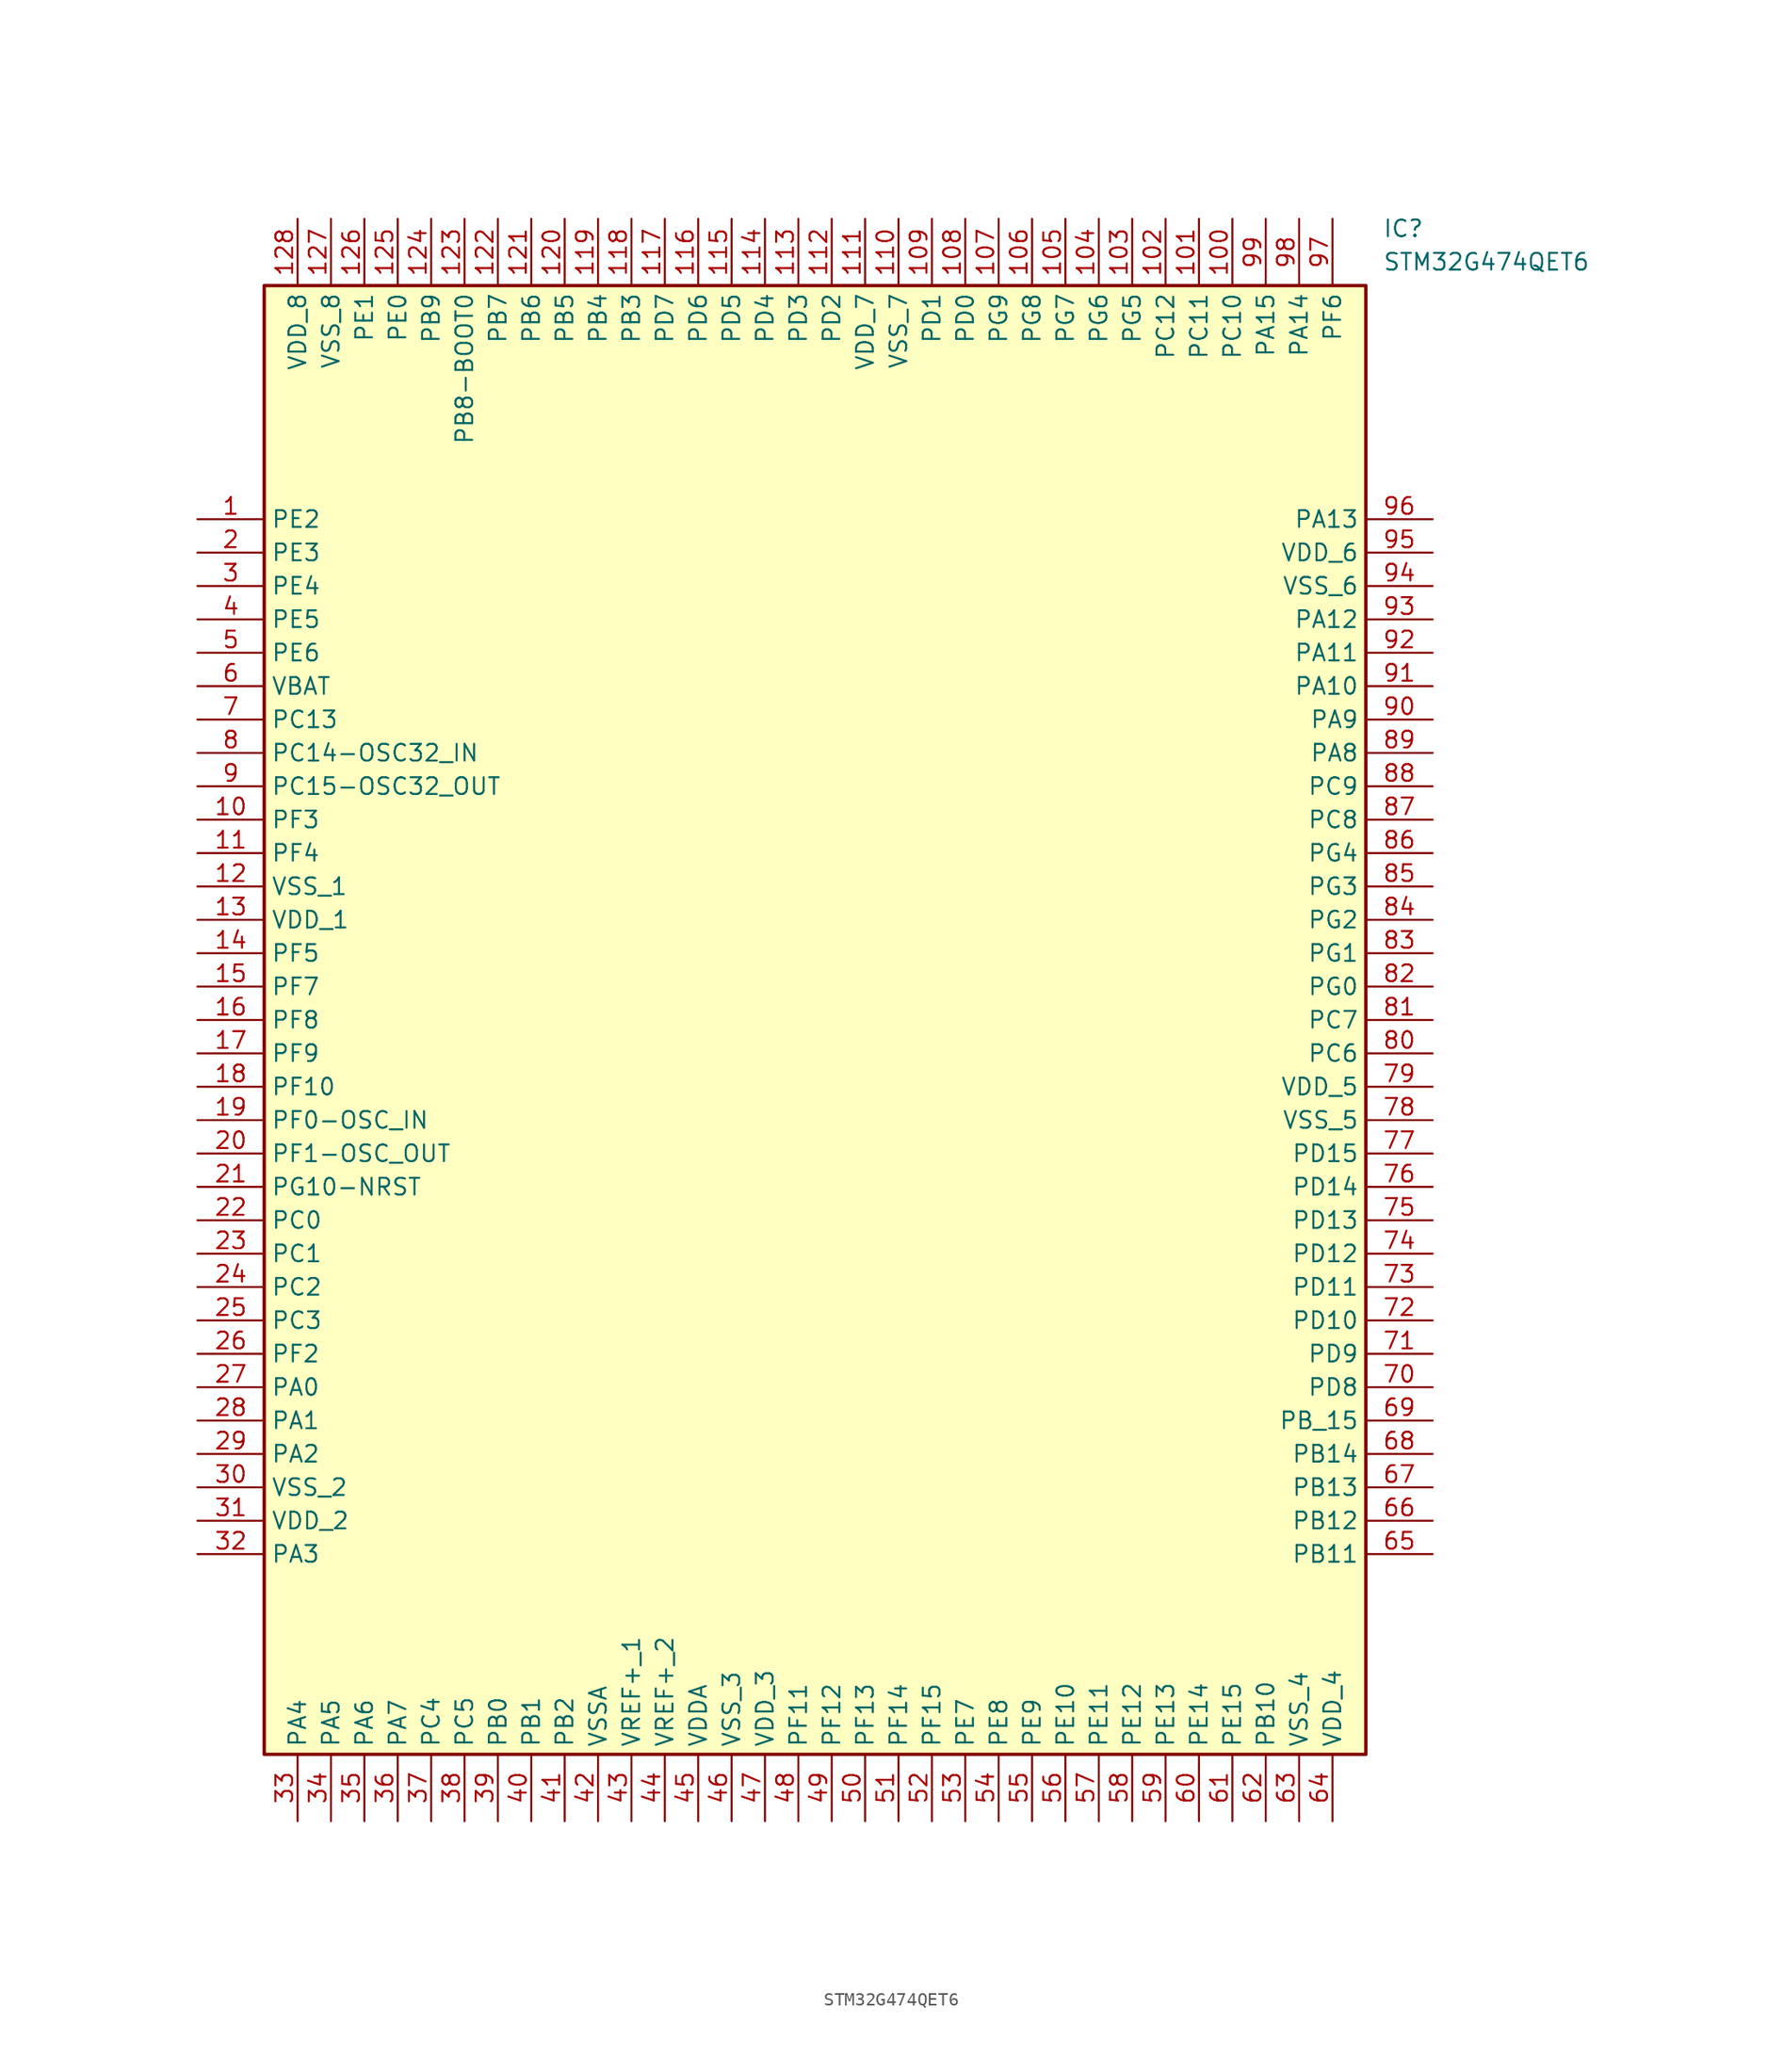
<source format=kicad_sym>
(kicad_symbol_lib
  (version 20211014)
  (generator SamacSys_ECAD_Model)
  (symbol "STM32G474QET6"
    (property "Reference" "IC"
      (at 90.17 22.86 0)
      (effects (font (size 1.27 1.27)) (justify left top)))
    (property "Value" "STM32G474QET6"
      (at 90.17 20.32 0)
      (effects (font (size 1.27 1.27)) (justify left top)))
    (rectangle
      (start 5.08 17.78)
      (end 88.9 -93.98)
      (stroke (width 0.254) (type default))
      (fill (type background)))
    (pin passive line
      (at 0 0 0)
      (length 5.08)
      (name "PE2" (effects (font (size 1.27 1.27))))
      (number "1" (effects (font (size 1.27 1.27)))))
    (pin passive line
      (at 0 -2.54 0)
      (length 5.08)
      (name "PE3" (effects (font (size 1.27 1.27))))
      (number "2" (effects (font (size 1.27 1.27)))))
    (pin passive line
      (at 0 -5.08 0)
      (length 5.08)
      (name "PE4" (effects (font (size 1.27 1.27))))
      (number "3" (effects (font (size 1.27 1.27)))))
    (pin passive line
      (at 0 -7.62 0)
      (length 5.08)
      (name "PE5" (effects (font (size 1.27 1.27))))
      (number "4" (effects (font (size 1.27 1.27)))))
    (pin passive line
      (at 0 -10.16 0)
      (length 5.08)
      (name "PE6" (effects (font (size 1.27 1.27))))
      (number "5" (effects (font (size 1.27 1.27)))))
    (pin passive line
      (at 0 -12.7 0)
      (length 5.08)
      (name "VBAT" (effects (font (size 1.27 1.27))))
      (number "6" (effects (font (size 1.27 1.27)))))
    (pin passive line
      (at 0 -15.24 0)
      (length 5.08)
      (name "PC13" (effects (font (size 1.27 1.27))))
      (number "7" (effects (font (size 1.27 1.27)))))
    (pin passive line
      (at 0 -17.78 0)
      (length 5.08)
      (name "PC14-OSC32_IN" (effects (font (size 1.27 1.27))))
      (number "8" (effects (font (size 1.27 1.27)))))
    (pin passive line
      (at 0 -20.32 0)
      (length 5.08)
      (name "PC15-OSC32_OUT" (effects (font (size 1.27 1.27))))
      (number "9" (effects (font (size 1.27 1.27)))))
    (pin passive line
      (at 0 -22.86 0)
      (length 5.08)
      (name "PF3" (effects (font (size 1.27 1.27))))
      (number "10" (effects (font (size 1.27 1.27)))))
    (pin passive line
      (at 0 -25.4 0)
      (length 5.08)
      (name "PF4" (effects (font (size 1.27 1.27))))
      (number "11" (effects (font (size 1.27 1.27)))))
    (pin passive line
      (at 0 -27.94 0)
      (length 5.08)
      (name "VSS_1" (effects (font (size 1.27 1.27))))
      (number "12" (effects (font (size 1.27 1.27)))))
    (pin passive line
      (at 0 -30.48 0)
      (length 5.08)
      (name "VDD_1" (effects (font (size 1.27 1.27))))
      (number "13" (effects (font (size 1.27 1.27)))))
    (pin passive line
      (at 0 -33.02 0)
      (length 5.08)
      (name "PF5" (effects (font (size 1.27 1.27))))
      (number "14" (effects (font (size 1.27 1.27)))))
    (pin passive line
      (at 0 -35.56 0)
      (length 5.08)
      (name "PF7" (effects (font (size 1.27 1.27))))
      (number "15" (effects (font (size 1.27 1.27)))))
    (pin passive line
      (at 0 -38.1 0)
      (length 5.08)
      (name "PF8" (effects (font (size 1.27 1.27))))
      (number "16" (effects (font (size 1.27 1.27)))))
    (pin passive line
      (at 0 -40.64 0)
      (length 5.08)
      (name "PF9" (effects (font (size 1.27 1.27))))
      (number "17" (effects (font (size 1.27 1.27)))))
    (pin passive line
      (at 0 -43.18 0)
      (length 5.08)
      (name "PF10" (effects (font (size 1.27 1.27))))
      (number "18" (effects (font (size 1.27 1.27)))))
    (pin passive line
      (at 0 -45.72 0)
      (length 5.08)
      (name "PF0-OSC_IN" (effects (font (size 1.27 1.27))))
      (number "19" (effects (font (size 1.27 1.27)))))
    (pin passive line
      (at 0 -48.26 0)
      (length 5.08)
      (name "PF1-OSC_OUT" (effects (font (size 1.27 1.27))))
      (number "20" (effects (font (size 1.27 1.27)))))
    (pin passive line
      (at 0 -50.8 0)
      (length 5.08)
      (name "PG10-NRST" (effects (font (size 1.27 1.27))))
      (number "21" (effects (font (size 1.27 1.27)))))
    (pin passive line
      (at 0 -53.34 0)
      (length 5.08)
      (name "PC0" (effects (font (size 1.27 1.27))))
      (number "22" (effects (font (size 1.27 1.27)))))
    (pin passive line
      (at 0 -55.88 0)
      (length 5.08)
      (name "PC1" (effects (font (size 1.27 1.27))))
      (number "23" (effects (font (size 1.27 1.27)))))
    (pin passive line
      (at 0 -58.42 0)
      (length 5.08)
      (name "PC2" (effects (font (size 1.27 1.27))))
      (number "24" (effects (font (size 1.27 1.27)))))
    (pin passive line
      (at 0 -60.96 0)
      (length 5.08)
      (name "PC3" (effects (font (size 1.27 1.27))))
      (number "25" (effects (font (size 1.27 1.27)))))
    (pin passive line
      (at 0 -63.5 0)
      (length 5.08)
      (name "PF2" (effects (font (size 1.27 1.27))))
      (number "26" (effects (font (size 1.27 1.27)))))
    (pin passive line
      (at 0 -66.04 0)
      (length 5.08)
      (name "PA0" (effects (font (size 1.27 1.27))))
      (number "27" (effects (font (size 1.27 1.27)))))
    (pin passive line
      (at 0 -68.58 0)
      (length 5.08)
      (name "PA1" (effects (font (size 1.27 1.27))))
      (number "28" (effects (font (size 1.27 1.27)))))
    (pin passive line
      (at 0 -71.12 0)
      (length 5.08)
      (name "PA2" (effects (font (size 1.27 1.27))))
      (number "29" (effects (font (size 1.27 1.27)))))
    (pin passive line
      (at 0 -73.66 0)
      (length 5.08)
      (name "VSS_2" (effects (font (size 1.27 1.27))))
      (number "30" (effects (font (size 1.27 1.27)))))
    (pin passive line
      (at 0 -76.2 0)
      (length 5.08)
      (name "VDD_2" (effects (font (size 1.27 1.27))))
      (number "31" (effects (font (size 1.27 1.27)))))
    (pin passive line
      (at 0 -78.74 0)
      (length 5.08)
      (name "PA3" (effects (font (size 1.27 1.27))))
      (number "32" (effects (font (size 1.27 1.27)))))
    (pin passive line
      (at 7.62 -99.06 90)
      (length 5.08)
      (name "PA4" (effects (font (size 1.27 1.27))))
      (number "33" (effects (font (size 1.27 1.27)))))
    (pin passive line
      (at 10.16 -99.06 90)
      (length 5.08)
      (name "PA5" (effects (font (size 1.27 1.27))))
      (number "34" (effects (font (size 1.27 1.27)))))
    (pin passive line
      (at 12.7 -99.06 90)
      (length 5.08)
      (name "PA6" (effects (font (size 1.27 1.27))))
      (number "35" (effects (font (size 1.27 1.27)))))
    (pin passive line
      (at 15.24 -99.06 90)
      (length 5.08)
      (name "PA7" (effects (font (size 1.27 1.27))))
      (number "36" (effects (font (size 1.27 1.27)))))
    (pin passive line
      (at 17.78 -99.06 90)
      (length 5.08)
      (name "PC4" (effects (font (size 1.27 1.27))))
      (number "37" (effects (font (size 1.27 1.27)))))
    (pin passive line
      (at 20.32 -99.06 90)
      (length 5.08)
      (name "PC5" (effects (font (size 1.27 1.27))))
      (number "38" (effects (font (size 1.27 1.27)))))
    (pin passive line
      (at 22.86 -99.06 90)
      (length 5.08)
      (name "PB0" (effects (font (size 1.27 1.27))))
      (number "39" (effects (font (size 1.27 1.27)))))
    (pin passive line
      (at 25.4 -99.06 90)
      (length 5.08)
      (name "PB1" (effects (font (size 1.27 1.27))))
      (number "40" (effects (font (size 1.27 1.27)))))
    (pin passive line
      (at 27.94 -99.06 90)
      (length 5.08)
      (name "PB2" (effects (font (size 1.27 1.27))))
      (number "41" (effects (font (size 1.27 1.27)))))
    (pin passive line
      (at 30.48 -99.06 90)
      (length 5.08)
      (name "VSSA" (effects (font (size 1.27 1.27))))
      (number "42" (effects (font (size 1.27 1.27)))))
    (pin passive line
      (at 33.02 -99.06 90)
      (length 5.08)
      (name "VREF+_1" (effects (font (size 1.27 1.27))))
      (number "43" (effects (font (size 1.27 1.27)))))
    (pin passive line
      (at 35.56 -99.06 90)
      (length 5.08)
      (name "VREF+_2" (effects (font (size 1.27 1.27))))
      (number "44" (effects (font (size 1.27 1.27)))))
    (pin passive line
      (at 38.1 -99.06 90)
      (length 5.08)
      (name "VDDA" (effects (font (size 1.27 1.27))))
      (number "45" (effects (font (size 1.27 1.27)))))
    (pin passive line
      (at 40.64 -99.06 90)
      (length 5.08)
      (name "VSS_3" (effects (font (size 1.27 1.27))))
      (number "46" (effects (font (size 1.27 1.27)))))
    (pin passive line
      (at 43.18 -99.06 90)
      (length 5.08)
      (name "VDD_3" (effects (font (size 1.27 1.27))))
      (number "47" (effects (font (size 1.27 1.27)))))
    (pin passive line
      (at 45.72 -99.06 90)
      (length 5.08)
      (name "PF11" (effects (font (size 1.27 1.27))))
      (number "48" (effects (font (size 1.27 1.27)))))
    (pin passive line
      (at 48.26 -99.06 90)
      (length 5.08)
      (name "PF12" (effects (font (size 1.27 1.27))))
      (number "49" (effects (font (size 1.27 1.27)))))
    (pin passive line
      (at 50.8 -99.06 90)
      (length 5.08)
      (name "PF13" (effects (font (size 1.27 1.27))))
      (number "50" (effects (font (size 1.27 1.27)))))
    (pin passive line
      (at 53.34 -99.06 90)
      (length 5.08)
      (name "PF14" (effects (font (size 1.27 1.27))))
      (number "51" (effects (font (size 1.27 1.27)))))
    (pin passive line
      (at 55.88 -99.06 90)
      (length 5.08)
      (name "PF15" (effects (font (size 1.27 1.27))))
      (number "52" (effects (font (size 1.27 1.27)))))
    (pin passive line
      (at 58.42 -99.06 90)
      (length 5.08)
      (name "PE7" (effects (font (size 1.27 1.27))))
      (number "53" (effects (font (size 1.27 1.27)))))
    (pin passive line
      (at 60.96 -99.06 90)
      (length 5.08)
      (name "PE8" (effects (font (size 1.27 1.27))))
      (number "54" (effects (font (size 1.27 1.27)))))
    (pin passive line
      (at 63.5 -99.06 90)
      (length 5.08)
      (name "PE9" (effects (font (size 1.27 1.27))))
      (number "55" (effects (font (size 1.27 1.27)))))
    (pin passive line
      (at 66.04 -99.06 90)
      (length 5.08)
      (name "PE10" (effects (font (size 1.27 1.27))))
      (number "56" (effects (font (size 1.27 1.27)))))
    (pin passive line
      (at 68.58 -99.06 90)
      (length 5.08)
      (name "PE11" (effects (font (size 1.27 1.27))))
      (number "57" (effects (font (size 1.27 1.27)))))
    (pin passive line
      (at 71.12 -99.06 90)
      (length 5.08)
      (name "PE12" (effects (font (size 1.27 1.27))))
      (number "58" (effects (font (size 1.27 1.27)))))
    (pin passive line
      (at 73.66 -99.06 90)
      (length 5.08)
      (name "PE13" (effects (font (size 1.27 1.27))))
      (number "59" (effects (font (size 1.27 1.27)))))
    (pin passive line
      (at 76.2 -99.06 90)
      (length 5.08)
      (name "PE14" (effects (font (size 1.27 1.27))))
      (number "60" (effects (font (size 1.27 1.27)))))
    (pin passive line
      (at 78.74 -99.06 90)
      (length 5.08)
      (name "PE15" (effects (font (size 1.27 1.27))))
      (number "61" (effects (font (size 1.27 1.27)))))
    (pin passive line
      (at 81.28 -99.06 90)
      (length 5.08)
      (name "PB10" (effects (font (size 1.27 1.27))))
      (number "62" (effects (font (size 1.27 1.27)))))
    (pin passive line
      (at 83.82 -99.06 90)
      (length 5.08)
      (name "VSS_4" (effects (font (size 1.27 1.27))))
      (number "63" (effects (font (size 1.27 1.27)))))
    (pin passive line
      (at 86.36 -99.06 90)
      (length 5.08)
      (name "VDD_4" (effects (font (size 1.27 1.27))))
      (number "64" (effects (font (size 1.27 1.27)))))
    (pin passive line
      (at 93.98 0 180)
      (length 5.08)
      (name "PA13" (effects (font (size 1.27 1.27))))
      (number "96" (effects (font (size 1.27 1.27)))))
    (pin passive line
      (at 93.98 -2.54 180)
      (length 5.08)
      (name "VDD_6" (effects (font (size 1.27 1.27))))
      (number "95" (effects (font (size 1.27 1.27)))))
    (pin passive line
      (at 93.98 -5.08 180)
      (length 5.08)
      (name "VSS_6" (effects (font (size 1.27 1.27))))
      (number "94" (effects (font (size 1.27 1.27)))))
    (pin passive line
      (at 93.98 -7.62 180)
      (length 5.08)
      (name "PA12" (effects (font (size 1.27 1.27))))
      (number "93" (effects (font (size 1.27 1.27)))))
    (pin passive line
      (at 93.98 -10.16 180)
      (length 5.08)
      (name "PA11" (effects (font (size 1.27 1.27))))
      (number "92" (effects (font (size 1.27 1.27)))))
    (pin passive line
      (at 93.98 -12.7 180)
      (length 5.08)
      (name "PA10" (effects (font (size 1.27 1.27))))
      (number "91" (effects (font (size 1.27 1.27)))))
    (pin passive line
      (at 93.98 -15.24 180)
      (length 5.08)
      (name "PA9" (effects (font (size 1.27 1.27))))
      (number "90" (effects (font (size 1.27 1.27)))))
    (pin passive line
      (at 93.98 -17.78 180)
      (length 5.08)
      (name "PA8" (effects (font (size 1.27 1.27))))
      (number "89" (effects (font (size 1.27 1.27)))))
    (pin passive line
      (at 93.98 -20.32 180)
      (length 5.08)
      (name "PC9" (effects (font (size 1.27 1.27))))
      (number "88" (effects (font (size 1.27 1.27)))))
    (pin passive line
      (at 93.98 -22.86 180)
      (length 5.08)
      (name "PC8" (effects (font (size 1.27 1.27))))
      (number "87" (effects (font (size 1.27 1.27)))))
    (pin passive line
      (at 93.98 -25.4 180)
      (length 5.08)
      (name "PG4" (effects (font (size 1.27 1.27))))
      (number "86" (effects (font (size 1.27 1.27)))))
    (pin passive line
      (at 93.98 -27.94 180)
      (length 5.08)
      (name "PG3" (effects (font (size 1.27 1.27))))
      (number "85" (effects (font (size 1.27 1.27)))))
    (pin passive line
      (at 93.98 -30.48 180)
      (length 5.08)
      (name "PG2" (effects (font (size 1.27 1.27))))
      (number "84" (effects (font (size 1.27 1.27)))))
    (pin passive line
      (at 93.98 -33.02 180)
      (length 5.08)
      (name "PG1" (effects (font (size 1.27 1.27))))
      (number "83" (effects (font (size 1.27 1.27)))))
    (pin passive line
      (at 93.98 -35.56 180)
      (length 5.08)
      (name "PG0" (effects (font (size 1.27 1.27))))
      (number "82" (effects (font (size 1.27 1.27)))))
    (pin passive line
      (at 93.98 -38.1 180)
      (length 5.08)
      (name "PC7" (effects (font (size 1.27 1.27))))
      (number "81" (effects (font (size 1.27 1.27)))))
    (pin passive line
      (at 93.98 -40.64 180)
      (length 5.08)
      (name "PC6" (effects (font (size 1.27 1.27))))
      (number "80" (effects (font (size 1.27 1.27)))))
    (pin passive line
      (at 93.98 -43.18 180)
      (length 5.08)
      (name "VDD_5" (effects (font (size 1.27 1.27))))
      (number "79" (effects (font (size 1.27 1.27)))))
    (pin passive line
      (at 93.98 -45.72 180)
      (length 5.08)
      (name "VSS_5" (effects (font (size 1.27 1.27))))
      (number "78" (effects (font (size 1.27 1.27)))))
    (pin passive line
      (at 93.98 -48.26 180)
      (length 5.08)
      (name "PD15" (effects (font (size 1.27 1.27))))
      (number "77" (effects (font (size 1.27 1.27)))))
    (pin passive line
      (at 93.98 -50.8 180)
      (length 5.08)
      (name "PD14" (effects (font (size 1.27 1.27))))
      (number "76" (effects (font (size 1.27 1.27)))))
    (pin passive line
      (at 93.98 -53.34 180)
      (length 5.08)
      (name "PD13" (effects (font (size 1.27 1.27))))
      (number "75" (effects (font (size 1.27 1.27)))))
    (pin passive line
      (at 93.98 -55.88 180)
      (length 5.08)
      (name "PD12" (effects (font (size 1.27 1.27))))
      (number "74" (effects (font (size 1.27 1.27)))))
    (pin passive line
      (at 93.98 -58.42 180)
      (length 5.08)
      (name "PD11" (effects (font (size 1.27 1.27))))
      (number "73" (effects (font (size 1.27 1.27)))))
    (pin passive line
      (at 93.98 -60.96 180)
      (length 5.08)
      (name "PD10" (effects (font (size 1.27 1.27))))
      (number "72" (effects (font (size 1.27 1.27)))))
    (pin passive line
      (at 93.98 -63.5 180)
      (length 5.08)
      (name "PD9" (effects (font (size 1.27 1.27))))
      (number "71" (effects (font (size 1.27 1.27)))))
    (pin passive line
      (at 93.98 -66.04 180)
      (length 5.08)
      (name "PD8" (effects (font (size 1.27 1.27))))
      (number "70" (effects (font (size 1.27 1.27)))))
    (pin passive line
      (at 93.98 -68.58 180)
      (length 5.08)
      (name "PB_15" (effects (font (size 1.27 1.27))))
      (number "69" (effects (font (size 1.27 1.27)))))
    (pin passive line
      (at 93.98 -71.12 180)
      (length 5.08)
      (name "PB14" (effects (font (size 1.27 1.27))))
      (number "68" (effects (font (size 1.27 1.27)))))
    (pin passive line
      (at 93.98 -73.66 180)
      (length 5.08)
      (name "PB13" (effects (font (size 1.27 1.27))))
      (number "67" (effects (font (size 1.27 1.27)))))
    (pin passive line
      (at 93.98 -76.2 180)
      (length 5.08)
      (name "PB12" (effects (font (size 1.27 1.27))))
      (number "66" (effects (font (size 1.27 1.27)))))
    (pin passive line
      (at 93.98 -78.74 180)
      (length 5.08)
      (name "PB11" (effects (font (size 1.27 1.27))))
      (number "65" (effects (font (size 1.27 1.27)))))
    (pin passive line
      (at 7.62 22.86 270)
      (length 5.08)
      (name "VDD_8" (effects (font (size 1.27 1.27))))
      (number "128" (effects (font (size 1.27 1.27)))))
    (pin passive line
      (at 10.16 22.86 270)
      (length 5.08)
      (name "VSS_8" (effects (font (size 1.27 1.27))))
      (number "127" (effects (font (size 1.27 1.27)))))
    (pin passive line
      (at 12.7 22.86 270)
      (length 5.08)
      (name "PE1" (effects (font (size 1.27 1.27))))
      (number "126" (effects (font (size 1.27 1.27)))))
    (pin passive line
      (at 15.24 22.86 270)
      (length 5.08)
      (name "PE0" (effects (font (size 1.27 1.27))))
      (number "125" (effects (font (size 1.27 1.27)))))
    (pin passive line
      (at 17.78 22.86 270)
      (length 5.08)
      (name "PB9" (effects (font (size 1.27 1.27))))
      (number "124" (effects (font (size 1.27 1.27)))))
    (pin passive line
      (at 20.32 22.86 270)
      (length 5.08)
      (name "PB8-BOOT0" (effects (font (size 1.27 1.27))))
      (number "123" (effects (font (size 1.27 1.27)))))
    (pin passive line
      (at 22.86 22.86 270)
      (length 5.08)
      (name "PB7" (effects (font (size 1.27 1.27))))
      (number "122" (effects (font (size 1.27 1.27)))))
    (pin passive line
      (at 25.4 22.86 270)
      (length 5.08)
      (name "PB6" (effects (font (size 1.27 1.27))))
      (number "121" (effects (font (size 1.27 1.27)))))
    (pin passive line
      (at 27.94 22.86 270)
      (length 5.08)
      (name "PB5" (effects (font (size 1.27 1.27))))
      (number "120" (effects (font (size 1.27 1.27)))))
    (pin passive line
      (at 30.48 22.86 270)
      (length 5.08)
      (name "PB4" (effects (font (size 1.27 1.27))))
      (number "119" (effects (font (size 1.27 1.27)))))
    (pin passive line
      (at 33.02 22.86 270)
      (length 5.08)
      (name "PB3" (effects (font (size 1.27 1.27))))
      (number "118" (effects (font (size 1.27 1.27)))))
    (pin passive line
      (at 35.56 22.86 270)
      (length 5.08)
      (name "PD7" (effects (font (size 1.27 1.27))))
      (number "117" (effects (font (size 1.27 1.27)))))
    (pin passive line
      (at 38.1 22.86 270)
      (length 5.08)
      (name "PD6" (effects (font (size 1.27 1.27))))
      (number "116" (effects (font (size 1.27 1.27)))))
    (pin passive line
      (at 40.64 22.86 270)
      (length 5.08)
      (name "PD5" (effects (font (size 1.27 1.27))))
      (number "115" (effects (font (size 1.27 1.27)))))
    (pin passive line
      (at 43.18 22.86 270)
      (length 5.08)
      (name "PD4" (effects (font (size 1.27 1.27))))
      (number "114" (effects (font (size 1.27 1.27)))))
    (pin passive line
      (at 45.72 22.86 270)
      (length 5.08)
      (name "PD3" (effects (font (size 1.27 1.27))))
      (number "113" (effects (font (size 1.27 1.27)))))
    (pin passive line
      (at 48.26 22.86 270)
      (length 5.08)
      (name "PD2" (effects (font (size 1.27 1.27))))
      (number "112" (effects (font (size 1.27 1.27)))))
    (pin passive line
      (at 50.8 22.86 270)
      (length 5.08)
      (name "VDD_7" (effects (font (size 1.27 1.27))))
      (number "111" (effects (font (size 1.27 1.27)))))
    (pin passive line
      (at 53.34 22.86 270)
      (length 5.08)
      (name "VSS_7" (effects (font (size 1.27 1.27))))
      (number "110" (effects (font (size 1.27 1.27)))))
    (pin passive line
      (at 55.88 22.86 270)
      (length 5.08)
      (name "PD1" (effects (font (size 1.27 1.27))))
      (number "109" (effects (font (size 1.27 1.27)))))
    (pin passive line
      (at 58.42 22.86 270)
      (length 5.08)
      (name "PD0" (effects (font (size 1.27 1.27))))
      (number "108" (effects (font (size 1.27 1.27)))))
    (pin passive line
      (at 60.96 22.86 270)
      (length 5.08)
      (name "PG9" (effects (font (size 1.27 1.27))))
      (number "107" (effects (font (size 1.27 1.27)))))
    (pin passive line
      (at 63.5 22.86 270)
      (length 5.08)
      (name "PG8" (effects (font (size 1.27 1.27))))
      (number "106" (effects (font (size 1.27 1.27)))))
    (pin passive line
      (at 66.04 22.86 270)
      (length 5.08)
      (name "PG7" (effects (font (size 1.27 1.27))))
      (number "105" (effects (font (size 1.27 1.27)))))
    (pin passive line
      (at 68.58 22.86 270)
      (length 5.08)
      (name "PG6" (effects (font (size 1.27 1.27))))
      (number "104" (effects (font (size 1.27 1.27)))))
    (pin passive line
      (at 71.12 22.86 270)
      (length 5.08)
      (name "PG5" (effects (font (size 1.27 1.27))))
      (number "103" (effects (font (size 1.27 1.27)))))
    (pin passive line
      (at 73.66 22.86 270)
      (length 5.08)
      (name "PC12" (effects (font (size 1.27 1.27))))
      (number "102" (effects (font (size 1.27 1.27)))))
    (pin passive line
      (at 76.2 22.86 270)
      (length 5.08)
      (name "PC11" (effects (font (size 1.27 1.27))))
      (number "101" (effects (font (size 1.27 1.27)))))
    (pin passive line
      (at 78.74 22.86 270)
      (length 5.08)
      (name "PC10" (effects (font (size 1.27 1.27))))
      (number "100" (effects (font (size 1.27 1.27)))))
    (pin passive line
      (at 81.28 22.86 270)
      (length 5.08)
      (name "PA15" (effects (font (size 1.27 1.27))))
      (number "99" (effects (font (size 1.27 1.27)))))
    (pin passive line
      (at 83.82 22.86 270)
      (length 5.08)
      (name "PA14" (effects (font (size 1.27 1.27))))
      (number "98" (effects (font (size 1.27 1.27)))))
    (pin passive line
      (at 86.36 22.86 270)
      (length 5.08)
      (name "PF6" (effects (font (size 1.27 1.27))))
      (number "97" (effects (font (size 1.27 1.27)))))))
</source>
